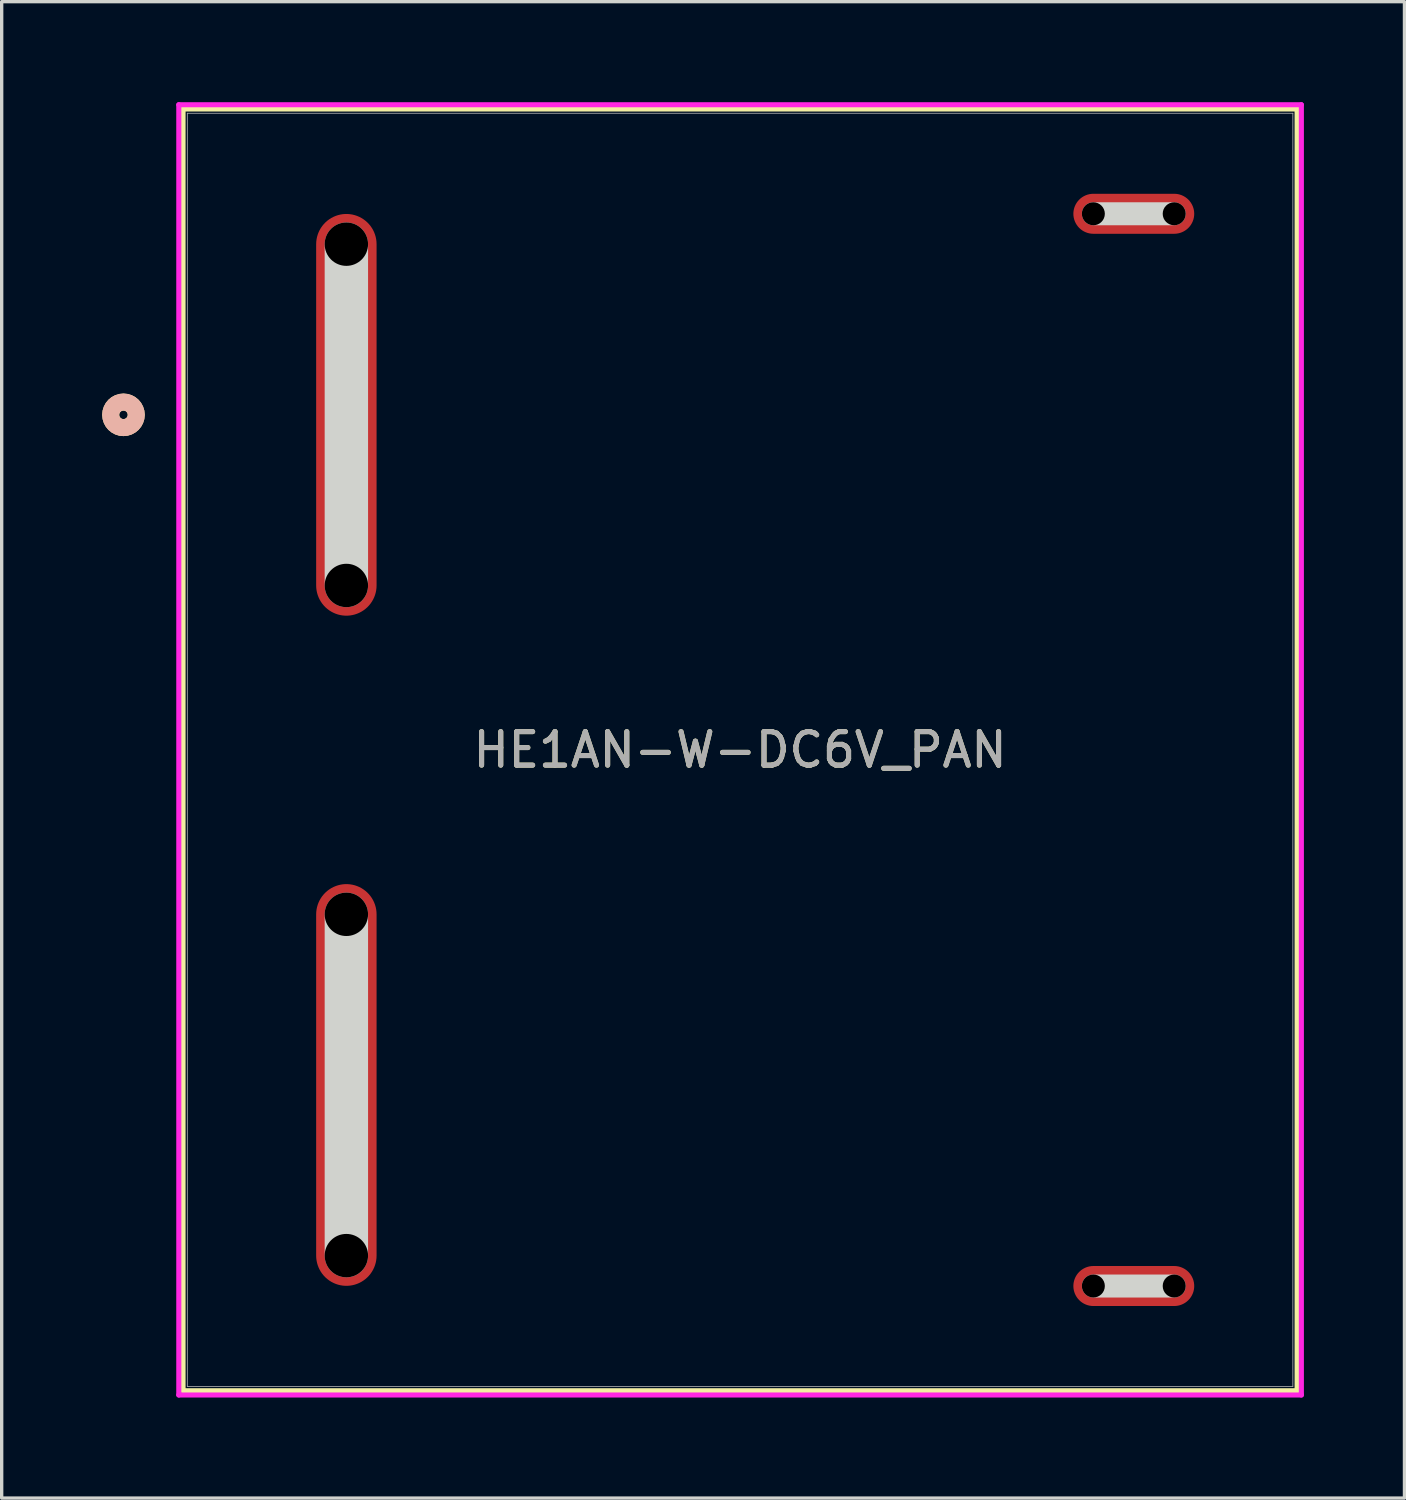
<source format=kicad_pcb>
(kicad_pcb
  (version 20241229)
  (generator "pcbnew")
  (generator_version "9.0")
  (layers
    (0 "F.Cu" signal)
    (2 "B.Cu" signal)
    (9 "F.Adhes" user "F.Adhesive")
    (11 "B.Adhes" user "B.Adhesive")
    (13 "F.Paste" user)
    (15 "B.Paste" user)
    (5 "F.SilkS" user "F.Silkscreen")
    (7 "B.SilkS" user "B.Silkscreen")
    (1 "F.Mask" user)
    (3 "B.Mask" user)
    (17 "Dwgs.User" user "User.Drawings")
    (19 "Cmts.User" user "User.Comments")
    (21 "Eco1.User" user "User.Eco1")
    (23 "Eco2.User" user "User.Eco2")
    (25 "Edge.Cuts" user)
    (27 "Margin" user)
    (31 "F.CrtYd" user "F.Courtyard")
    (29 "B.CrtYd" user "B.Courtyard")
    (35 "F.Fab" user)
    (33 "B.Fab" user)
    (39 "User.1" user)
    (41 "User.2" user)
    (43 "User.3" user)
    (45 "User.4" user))
  (footprint "HE1AN-W-DC6V_PAN"
    (layer "F.Cu")
    (at 7.287 9.33)
    (property "Reference" "HE1AN-W-DC6V_PAN" (at 11.75 10 0) (unlocked yes) (layer "F.SilkS") (effects (font (size 1 1) (thickness 0.15))))
    (attr smd)
    (fp_line (start -4.874 -9.127) (end -4.874 29.125) (stroke (width 0.152) (type solid)) (layer "F.SilkS"))
    (fp_line (start -4.874 29.125) (end 28.374 29.125) (stroke (width 0.152) (type solid)) (layer "F.SilkS"))
    (fp_line (start 28.374 -9.127) (end -4.874 -9.127) (stroke (width 0.152) (type solid)) (layer "F.SilkS"))
    (fp_line (start 28.374 29.125) (end 28.374 -9.127) (stroke (width 0.152) (type solid)) (layer "F.SilkS"))
    (fp_circle (center -6.652 0) (end -6.271 0) (stroke (width 0.508) (type solid)) (fill no) (layer "F.SilkS"))
    (fp_circle (center -6.652 0) (end -6.271 0) (stroke (width 0.508) (type solid)) (fill no) (layer "B.SilkS"))
    (fp_line (start 0 5.093) (end 0 -5.093) (stroke (width 1.295) (type solid)) (layer "Edge.Cuts"))
    (fp_line (start 0 25.093) (end 0 14.907) (stroke (width 1.295) (type solid)) (layer "Edge.Cuts"))
    (fp_line (start 22.293 -6) (end 24.706 -6) (stroke (width 0.686) (type solid)) (layer "Edge.Cuts"))
    (fp_line (start 22.293 26) (end 24.706 26) (stroke (width 0.686) (type solid)) (layer "Edge.Cuts"))
    (fp_line (start -5.001 -9.254) (end -5.001 29.252) (stroke (width 0.152) (type solid)) (layer "F.CrtYd"))
    (fp_line (start -5.001 29.252) (end 28.501 29.252) (stroke (width 0.152) (type solid)) (layer "F.CrtYd"))
    (fp_line (start 28.501 -9.254) (end -5.001 -9.254) (stroke (width 0.152) (type solid)) (layer "F.CrtYd"))
    (fp_line (start 28.501 29.252) (end 28.501 -9.254) (stroke (width 0.152) (type solid)) (layer "F.CrtYd"))
    (fp_line (start -4.747 -9) (end -4.747 28.998) (stroke (width 0.025) (type solid)) (layer "F.Fab"))
    (fp_line (start -4.747 28.998) (end 28.247 28.998) (stroke (width 0.025) (type solid)) (layer "F.Fab"))
    (fp_line (start 28.247 -9) (end -4.747 -9) (stroke (width 0.025) (type solid)) (layer "F.Fab"))
    (fp_line (start 28.247 28.998) (end 28.247 -9) (stroke (width 0.025) (type solid)) (layer "F.Fab"))
    (fp_circle (center 0 -1.905) (end 0.381 -1.905) (stroke (width 0.508) (type solid)) (fill no) (layer "F.Fab"))
    (fp_text user "${REFERENCE}" (at 11.75 10 0) (unlocked yes) (layer "F.Fab") (effects (font (size 1 1) (thickness 0.15))))
    (pad "" np_thru_hole circle (at 0 -5.093) (size 1.295 1.295) (drill 1.295) (layers))
    (pad "" np_thru_hole circle (at 0 5.093) (size 1.295 1.295) (drill 1.295) (layers))
    (pad "" np_thru_hole circle (at 0 14.907) (size 1.295 1.295) (drill 1.295) (layers))
    (pad "" np_thru_hole circle (at 0 25.093) (size 1.295 1.295) (drill 1.295) (layers))
    (pad "" np_thru_hole circle (at 22.293 -6) (size 0.686 0.686) (drill 0.686) (layers))
    (pad "" np_thru_hole circle (at 22.293 26) (size 0.686 0.686) (drill 0.686) (layers))
    (pad "" np_thru_hole circle (at 24.706 -6) (size 0.686 0.686) (drill 0.686) (layers))
    (pad "" np_thru_hole circle (at 24.706 26) (size 0.686 0.686) (drill 0.686) (layers))
    (pad "1" smd oval (at 0 0) (size 1.803 11.989) (layers "F.Cu" "F.Mask" "F.Paste"))
    (pad "4" smd oval (at 0 20) (size 1.803 11.989) (layers "F.Cu" "F.Mask" "F.Paste"))
    (pad "5" smd oval (at 23.5 26) (size 3.607 1.194) (layers "F.Cu" "F.Mask" "F.Paste"))
    (pad "6" smd oval (at 23.5 -6) (size 3.607 1.194) (layers "F.Cu" "F.Mask" "F.Paste")))
  (gr_rect
    (start -3 -3)
    (end 38.865 41.659)
    (stroke (width 0.1) (type default))
    (fill no)
    (layer "Edge.Cuts")))
</source>
